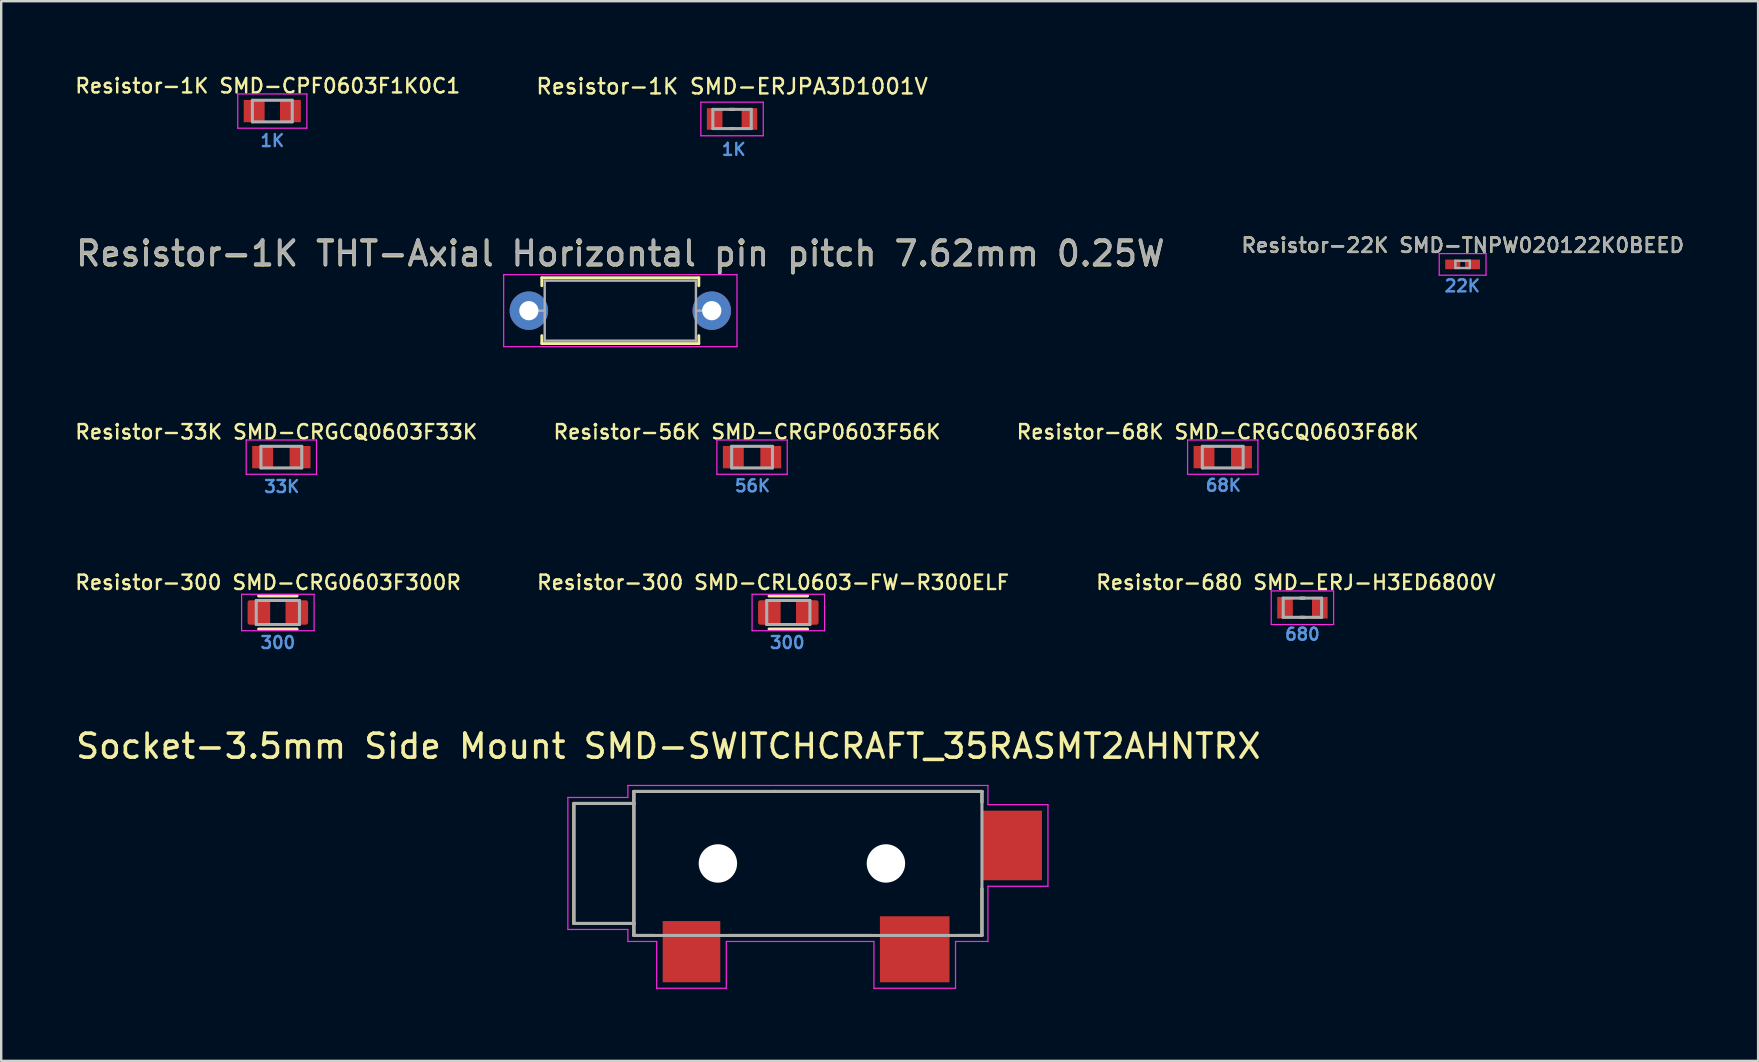
<source format=kicad_pcb>
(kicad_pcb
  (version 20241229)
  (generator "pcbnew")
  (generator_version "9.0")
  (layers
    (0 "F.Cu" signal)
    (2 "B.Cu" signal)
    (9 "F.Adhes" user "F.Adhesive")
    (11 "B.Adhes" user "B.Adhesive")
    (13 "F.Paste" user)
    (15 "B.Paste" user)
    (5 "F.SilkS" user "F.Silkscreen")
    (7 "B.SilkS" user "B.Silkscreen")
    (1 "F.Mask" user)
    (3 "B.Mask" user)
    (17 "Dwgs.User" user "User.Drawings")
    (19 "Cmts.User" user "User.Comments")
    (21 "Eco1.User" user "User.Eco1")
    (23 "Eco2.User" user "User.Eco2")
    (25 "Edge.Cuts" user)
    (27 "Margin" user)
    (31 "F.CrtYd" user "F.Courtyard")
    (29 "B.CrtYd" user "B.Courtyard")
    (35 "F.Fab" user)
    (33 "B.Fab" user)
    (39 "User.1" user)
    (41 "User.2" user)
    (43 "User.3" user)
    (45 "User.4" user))
  (footprint "Resistor-300 SMD-CRG0603F300R"
    (layer "F.Cu")
    (at 8.525 22.466)
    (property "Reference" "Resistor-300 SMD-CRG0603F300R" (at -0.407 -1.251 0) (layer "F.SilkS") (effects (font (size 0.6 0.6) (thickness 0.1))))
    (attr smd)
    (fp_line (start -0.8 -0.69) (end 0.8 -0.69) (stroke (width 0.127) (type solid)) (layer "F.SilkS"))
    (fp_line (start -0.8 0.69) (end 0.8 0.69) (stroke (width 0.127) (type solid)) (layer "F.SilkS"))
    (fp_line (start -1.51 -0.76) (end 1.51 -0.76) (stroke (width 0.05) (type solid)) (layer "F.CrtYd"))
    (fp_line (start -1.51 0.76) (end -1.51 -0.76) (stroke (width 0.05) (type solid)) (layer "F.CrtYd"))
    (fp_line (start 1.51 -0.76) (end 1.51 0.76) (stroke (width 0.05) (type solid)) (layer "F.CrtYd"))
    (fp_line (start 1.51 0.76) (end -1.51 0.76) (stroke (width 0.05) (type solid)) (layer "F.CrtYd"))
    (fp_line (start -0.9 -0.5) (end -0.9 0.5) (stroke (width 0.127) (type solid)) (layer "F.Fab"))
    (fp_line (start -0.9 -0.5) (end 0.9 -0.5) (stroke (width 0.127) (type solid)) (layer "F.Fab"))
    (fp_line (start -0.9 0.5) (end 0.9 0.5) (stroke (width 0.127) (type solid)) (layer "F.Fab"))
    (fp_line (start 0.9 -0.5) (end 0.9 0.5) (stroke (width 0.127) (type solid)) (layer "F.Fab"))
    (fp_text user "300" (at 0 1.254 0) (unlocked yes) (layer "Cmts.User") (effects (font (size 0.5 0.5) (thickness 0.1))))
    (pad "1" smd roundrect (at -0.79 0) (size 0.94 1.02) (layers "F.Cu" "F.Mask" "F.Paste") (roundrect_rratio 0.1))
    (pad "2" smd roundrect (at 0.79 0) (size 0.94 1.02) (layers "F.Cu" "F.Mask" "F.Paste") (roundrect_rratio 0.1)))
  (footprint "Resistor-56K SMD-CRGP0603F56K"
    (layer "F.Cu")
    (at 28.28 15.994)
    (property "Reference" "Resistor-56K SMD-CRGP0603F56K" (at -0.21 -1.05 0) (layer "F.SilkS") (effects (font (size 0.6 0.6) (thickness 0.1))))
    (attr smd)
    (fp_line (start -1.465 -0.715) (end 1.465 -0.715) (stroke (width 0.05) (type solid)) (layer "F.CrtYd"))
    (fp_line (start -1.465 0.715) (end -1.465 -0.715) (stroke (width 0.05) (type solid)) (layer "F.CrtYd"))
    (fp_line (start -1.465 0.715) (end 1.465 0.715) (stroke (width 0.05) (type solid)) (layer "F.CrtYd"))
    (fp_line (start 1.465 0.715) (end 1.465 -0.715) (stroke (width 0.05) (type solid)) (layer "F.CrtYd"))
    (fp_line (start -0.85 0.45) (end -0.85 -0.45) (stroke (width 0.127) (type solid)) (layer "F.Fab"))
    (fp_line (start 0.85 -0.45) (end -0.85 -0.45) (stroke (width 0.127) (type solid)) (layer "F.Fab"))
    (fp_line (start 0.85 0.45) (end -0.85 0.45) (stroke (width 0.127) (type solid)) (layer "F.Fab"))
    (fp_line (start 0.85 0.45) (end 0.85 -0.45) (stroke (width 0.127) (type solid)) (layer "F.Fab"))
    (fp_text user "56K" (at 0.019 1.195 0) (unlocked yes) (layer "Cmts.User") (effects (font (size 0.5 0.5) (thickness 0.1))))
    (pad "1" smd rect (at -0.78 0) (size 0.87 0.93) (layers "F.Cu" "F.Mask" "F.Paste"))
    (pad "2" smd rect (at 0.78 0) (size 0.87 0.93) (layers "F.Cu" "F.Mask" "F.Paste")))
  (footprint "Resistor-68K SMD-CRGCQ0603F68K"
    (layer "F.Cu")
    (at 47.889 15.994)
    (property "Reference" "Resistor-68K SMD-CRGCQ0603F68K" (at -0.21 -1.05 0) (layer "F.SilkS") (effects (font (size 0.6 0.6) (thickness 0.1))))
    (attr smd)
    (fp_line (start -1.465 -0.715) (end 1.465 -0.715) (stroke (width 0.05) (type solid)) (layer "F.CrtYd"))
    (fp_line (start -1.465 0.715) (end -1.465 -0.715) (stroke (width 0.05) (type solid)) (layer "F.CrtYd"))
    (fp_line (start -1.465 0.715) (end 1.465 0.715) (stroke (width 0.05) (type solid)) (layer "F.CrtYd"))
    (fp_line (start 1.465 0.715) (end 1.465 -0.715) (stroke (width 0.05) (type solid)) (layer "F.CrtYd"))
    (fp_line (start -0.85 0.45) (end -0.85 -0.45) (stroke (width 0.127) (type solid)) (layer "F.Fab"))
    (fp_line (start 0.85 -0.45) (end -0.85 -0.45) (stroke (width 0.127) (type solid)) (layer "F.Fab"))
    (fp_line (start 0.85 0.45) (end -0.85 0.45) (stroke (width 0.127) (type solid)) (layer "F.Fab"))
    (fp_line (start 0.85 0.45) (end 0.85 -0.45) (stroke (width 0.127) (type solid)) (layer "F.Fab"))
    (fp_text user "68K" (at 0.026 1.175 0) (unlocked yes) (layer "Cmts.User") (effects (font (size 0.5 0.5) (thickness 0.1))))
    (pad "1" smd rect (at -0.78 0) (size 0.87 0.93) (layers "F.Cu" "F.Mask" "F.Paste"))
    (pad "2" smd rect (at 0.78 0) (size 0.87 0.93) (layers "F.Cu" "F.Mask" "F.Paste")))
  (footprint "Resistor-680 SMD-ERJ-H3ED6800V"
    (layer "F.Cu")
    (at 51.208 22.267)
    (property "Reference" "Resistor-680 SMD-ERJ-H3ED6800V" (at -0.273 -1.052 0) (layer "F.SilkS") (effects (font (size 0.6 0.6) (thickness 0.1))))
    (attr smd)
    (fp_line (start -0.08 -0.4) (end 0.08 -0.4) (stroke (width 0.127) (type solid)) (layer "F.SilkS"))
    (fp_line (start -0.08 0.4) (end 0.08 0.4) (stroke (width 0.127) (type solid)) (layer "F.SilkS"))
    (fp_line (start -1.3 -0.7) (end -1.3 0.7) (stroke (width 0.05) (type solid)) (layer "F.CrtYd"))
    (fp_line (start -1.3 0.7) (end 1.3 0.7) (stroke (width 0.05) (type solid)) (layer "F.CrtYd"))
    (fp_line (start 1.3 -0.7) (end -1.3 -0.7) (stroke (width 0.05) (type solid)) (layer "F.CrtYd"))
    (fp_line (start 1.3 0.7) (end 1.3 -0.7) (stroke (width 0.05) (type solid)) (layer "F.CrtYd"))
    (fp_line (start -0.8 -0.4) (end -0.8 0.4) (stroke (width 0.127) (type solid)) (layer "F.Fab"))
    (fp_line (start -0.8 -0.4) (end 0.8 -0.4) (stroke (width 0.127) (type solid)) (layer "F.Fab"))
    (fp_line (start -0.8 0.4) (end 0.8 0.4) (stroke (width 0.127) (type solid)) (layer "F.Fab"))
    (fp_line (start 0.8 -0.4) (end 0.8 0.4) (stroke (width 0.127) (type solid)) (layer "F.Fab"))
    (fp_text user "680" (at 0 1.105 0) (unlocked yes) (layer "Cmts.User") (effects (font (size 0.5 0.5) (thickness 0.1))))
    (pad "1" smd rect (at -0.725 0) (size 0.65 0.9) (layers "F.Cu" "F.Mask" "F.Paste"))
    (pad "2" smd rect (at 0.725 0) (size 0.65 0.9) (layers "F.Cu" "F.Mask" "F.Paste")))
  (footprint "Resistor-300 SMD-CRL0603-FW-R300ELF "
    (layer "F.Cu")
    (at 29.791 22.466)
    (property "Reference" "Resistor-300 SMD-CRL0603-FW-R300ELF " (at -0.407 -1.251 0) (layer "F.SilkS") (effects (font (size 0.6 0.6) (thickness 0.1))))
    (attr smd)
    (fp_line (start -0.8 -0.69) (end 0.8 -0.69) (stroke (width 0.127) (type solid)) (layer "F.SilkS"))
    (fp_line (start -0.8 0.69) (end 0.8 0.69) (stroke (width 0.127) (type solid)) (layer "F.SilkS"))
    (fp_line (start -1.51 -0.76) (end 1.51 -0.76) (stroke (width 0.05) (type solid)) (layer "F.CrtYd"))
    (fp_line (start -1.51 0.76) (end -1.51 -0.76) (stroke (width 0.05) (type solid)) (layer "F.CrtYd"))
    (fp_line (start 1.51 -0.76) (end 1.51 0.76) (stroke (width 0.05) (type solid)) (layer "F.CrtYd"))
    (fp_line (start 1.51 0.76) (end -1.51 0.76) (stroke (width 0.05) (type solid)) (layer "F.CrtYd"))
    (fp_line (start -0.9 -0.5) (end -0.9 0.5) (stroke (width 0.127) (type solid)) (layer "F.Fab"))
    (fp_line (start -0.9 -0.5) (end 0.9 -0.5) (stroke (width 0.127) (type solid)) (layer "F.Fab"))
    (fp_line (start -0.9 0.5) (end 0.9 0.5) (stroke (width 0.127) (type solid)) (layer "F.Fab"))
    (fp_line (start 0.9 -0.5) (end 0.9 0.5) (stroke (width 0.127) (type solid)) (layer "F.Fab"))
    (fp_text user "300" (at -0.044 1.254 0) (unlocked yes) (layer "Cmts.User") (effects (font (size 0.5 0.5) (thickness 0.1))))
    (pad "1" smd roundrect (at -0.79 0) (size 0.94 1.02) (layers "F.Cu" "F.Mask" "F.Paste") (roundrect_rratio 0.1))
    (pad "2" smd roundrect (at 0.79 0) (size 0.94 1.02) (layers "F.Cu" "F.Mask" "F.Paste") (roundrect_rratio 0.1)))
  (footprint "Resistor-1K SMD-CPF0603F1K0C1"
    (layer "F.Cu")
    (at 8.294 1.577)
    (property "Reference" "Resistor-1K SMD-CPF0603F1K0C1" (at -0.19 -1.05 0) (layer "F.SilkS") (effects (font (size 0.6 0.6) (thickness 0.1))))
    (attr smd)
    (fp_line (start -1.44 -0.715) (end 1.44 -0.715) (stroke (width 0.05) (type solid)) (layer "F.CrtYd"))
    (fp_line (start -1.44 0.715) (end -1.44 -0.715) (stroke (width 0.05) (type solid)) (layer "F.CrtYd"))
    (fp_line (start -1.44 0.715) (end 1.44 0.715) (stroke (width 0.05) (type solid)) (layer "F.CrtYd"))
    (fp_line (start 1.44 0.715) (end 1.44 -0.715) (stroke (width 0.05) (type solid)) (layer "F.CrtYd"))
    (fp_line (start -0.83 0.45) (end -0.83 -0.45) (stroke (width 0.127) (type solid)) (layer "F.Fab"))
    (fp_line (start 0.83 -0.45) (end -0.83 -0.45) (stroke (width 0.127) (type solid)) (layer "F.Fab"))
    (fp_line (start 0.83 0.45) (end -0.83 0.45) (stroke (width 0.127) (type solid)) (layer "F.Fab"))
    (fp_line (start 0.83 0.45) (end 0.83 -0.45) (stroke (width 0.127) (type solid)) (layer "F.Fab"))
    (fp_text user "1K" (at 0 1.231 0) (unlocked yes) (layer "Cmts.User") (effects (font (size 0.5 0.5) (thickness 0.1))))
    (pad "1" smd rect (at -0.755 0) (size 0.87 0.93) (layers "F.Cu" "F.Mask" "F.Paste"))
    (pad "2" smd rect (at 0.755 0) (size 0.87 0.93) (layers "F.Cu" "F.Mask" "F.Paste")))
  (footprint "Socket-3.5mm Side Mount SMD-SWITCHCRAFT_35RASMT2AHNTRX"
    (layer "F.Cu")
    (at 23.357 32.921)
    (property "Reference" "Socket-3.5mm Side Mount SMD-SWITCHCRAFT_35RASMT2AHNTRX" (at 1.435 -4.885 0) (layer "F.SilkS") (effects (font (size 1 1) (thickness 0.15))))
    (attr smd)
    (fp_circle (center 3.5 0) (end 4.027 0) (stroke (width 1.054) (type solid)) (fill no) (layer "F.Mask"))
    (fp_circle (center 10.5 0) (end 11.027 0) (stroke (width 1.054) (type solid)) (fill no) (layer "F.Mask"))
    (fp_circle (center 3.5 0) (end 4.027 0) (stroke (width 1.054) (type solid)) (fill no) (layer "B.Mask"))
    (fp_circle (center 10.5 0) (end 11.027 0) (stroke (width 1.054) (type solid)) (fill no) (layer "B.Mask"))
    (fp_line (start -2.5 -2.5) (end -2.5 2.5) (stroke (width 0.127) (type solid)) (layer "F.SilkS"))
    (fp_line (start -2.5 2.5) (end 0 2.5) (stroke (width 0.127) (type solid)) (layer "F.SilkS"))
    (fp_line (start 0 -3) (end 5.95 -3) (stroke (width 0.127) (type solid)) (layer "F.SilkS"))
    (fp_line (start 0 -2.5) (end -2.5 -2.5) (stroke (width 0.127) (type solid)) (layer "F.SilkS"))
    (fp_line (start 0 -2.5) (end 0 -3) (stroke (width 0.127) (type solid)) (layer "F.SilkS"))
    (fp_line (start 0 2.5) (end 0 -2.5) (stroke (width 0.127) (type solid)) (layer "F.SilkS"))
    (fp_line (start 0 3) (end 0 2.5) (stroke (width 0.127) (type solid)) (layer "F.SilkS"))
    (fp_line (start 0.85 3) (end 0 3) (stroke (width 0.127) (type solid)) (layer "F.SilkS"))
    (fp_line (start 5.85 -3) (end 14.5 -3) (stroke (width 0.127) (type solid)) (layer "F.SilkS"))
    (fp_line (start 9.9 3) (end 3.95 3) (stroke (width 0.127) (type solid)) (layer "F.SilkS"))
    (fp_line (start 14.5 -3) (end 14.5 -2.55) (stroke (width 0.127) (type solid)) (layer "F.SilkS"))
    (fp_line (start 14.5 1.05) (end 14.5 3) (stroke (width 0.127) (type solid)) (layer "F.SilkS"))
    (fp_line (start 14.5 3) (end 13.5 3) (stroke (width 0.127) (type solid)) (layer "F.SilkS"))
    (fp_line (start -2.75 -2.75) (end -0.25 -2.75) (stroke (width 0.05) (type solid)) (layer "F.CrtYd"))
    (fp_line (start -2.75 2.75) (end -2.75 -2.75) (stroke (width 0.05) (type solid)) (layer "F.CrtYd"))
    (fp_line (start -0.25 -3.25) (end 14.75 -3.25) (stroke (width 0.05) (type solid)) (layer "F.CrtYd"))
    (fp_line (start -0.25 -2.75) (end -0.25 -3.25) (stroke (width 0.05) (type solid)) (layer "F.CrtYd"))
    (fp_line (start -0.25 2.75) (end -2.75 2.75) (stroke (width 0.05) (type solid)) (layer "F.CrtYd"))
    (fp_line (start -0.25 3.25) (end -0.25 2.75) (stroke (width 0.05) (type solid)) (layer "F.CrtYd"))
    (fp_line (start 0.95 3.25) (end -0.25 3.25) (stroke (width 0.05) (type solid)) (layer "F.CrtYd"))
    (fp_line (start 0.95 5.2) (end 0.95 3.25) (stroke (width 0.05) (type solid)) (layer "F.CrtYd"))
    (fp_line (start 3.85 3.25) (end 3.85 5.2) (stroke (width 0.05) (type solid)) (layer "F.CrtYd"))
    (fp_line (start 3.85 5.2) (end 0.95 5.2) (stroke (width 0.05) (type solid)) (layer "F.CrtYd"))
    (fp_line (start 10 3.25) (end 3.85 3.25) (stroke (width 0.05) (type solid)) (layer "F.CrtYd"))
    (fp_line (start 10 5.2) (end 10 3.25) (stroke (width 0.05) (type solid)) (layer "F.CrtYd"))
    (fp_line (start 13.4 3.25) (end 13.4 5.2) (stroke (width 0.05) (type solid)) (layer "F.CrtYd"))
    (fp_line (start 13.4 5.2) (end 10 5.2) (stroke (width 0.05) (type solid)) (layer "F.CrtYd"))
    (fp_line (start 14.75 -3.25) (end 14.75 -2.45) (stroke (width 0.05) (type solid)) (layer "F.CrtYd"))
    (fp_line (start 14.75 -2.45) (end 17.25 -2.45) (stroke (width 0.05) (type solid)) (layer "F.CrtYd"))
    (fp_line (start 14.75 0.95) (end 14.75 3.25) (stroke (width 0.05) (type solid)) (layer "F.CrtYd"))
    (fp_line (start 14.75 3.25) (end 13.4 3.25) (stroke (width 0.05) (type solid)) (layer "F.CrtYd"))
    (fp_line (start 17.25 -2.45) (end 17.25 0.95) (stroke (width 0.05) (type solid)) (layer "F.CrtYd"))
    (fp_line (start 17.25 0.95) (end 14.75 0.95) (stroke (width 0.05) (type solid)) (layer "F.CrtYd"))
    (fp_line (start -2.5 -2.5) (end -2.5 2.5) (stroke (width 0.127) (type solid)) (layer "F.Fab"))
    (fp_line (start -2.5 2.5) (end 0 2.5) (stroke (width 0.127) (type solid)) (layer "F.Fab"))
    (fp_line (start 0 -3) (end 14.5 -3) (stroke (width 0.127) (type solid)) (layer "F.Fab"))
    (fp_line (start 0 -2.5) (end -2.5 -2.5) (stroke (width 0.127) (type solid)) (layer "F.Fab"))
    (fp_line (start 0 -2.5) (end 0 -3) (stroke (width 0.127) (type solid)) (layer "F.Fab"))
    (fp_line (start 0 2.5) (end 0 -2.5) (stroke (width 0.127) (type solid)) (layer "F.Fab"))
    (fp_line (start 0 3) (end 0 2.5) (stroke (width 0.127) (type solid)) (layer "F.Fab"))
    (fp_line (start 14.5 -3) (end 14.5 3) (stroke (width 0.127) (type solid)) (layer "F.Fab"))
    (fp_line (start 14.5 3) (end 0 3) (stroke (width 0.127) (type solid)) (layer "F.Fab"))
    (pad "" np_thru_hole circle (at 3.5 0) (size 1.6 1.6) (drill 1.6) (layers "*.Cu" "*.Mask"))
    (pad "" np_thru_hole circle (at 10.5 0) (size 1.6 1.6) (drill 1.6) (layers "*.Cu" "*.Mask"))
    (pad "3" smd rect (at 15.75 -0.75) (size 2.5 2.9) (layers "F.Cu" "F.Mask" "F.Paste"))
    (pad "4" smd rect (at 11.7 3.575) (size 2.9 2.75) (layers "F.Cu" "F.Mask" "F.Paste"))
    (pad "5" smd rect (at 2.4 3.675) (size 2.4 2.55) (layers "F.Cu" "F.Mask" "F.Paste")))
  (footprint "Resistor-33K SMD-CRGCQ0603F33K"
    (layer "F.Cu")
    (at 8.671 15.994)
    (property "Reference" "Resistor-33K SMD-CRGCQ0603F33K" (at -0.21 -1.05 0) (layer "F.SilkS") (effects (font (size 0.6 0.6) (thickness 0.1))))
    (attr smd)
    (fp_line (start -1.465 -0.715) (end 1.465 -0.715) (stroke (width 0.05) (type solid)) (layer "F.CrtYd"))
    (fp_line (start -1.465 0.715) (end -1.465 -0.715) (stroke (width 0.05) (type solid)) (layer "F.CrtYd"))
    (fp_line (start -1.465 0.715) (end 1.465 0.715) (stroke (width 0.05) (type solid)) (layer "F.CrtYd"))
    (fp_line (start 1.465 0.715) (end 1.465 -0.715) (stroke (width 0.05) (type solid)) (layer "F.CrtYd"))
    (fp_line (start -0.85 0.45) (end -0.85 -0.45) (stroke (width 0.127) (type solid)) (layer "F.Fab"))
    (fp_line (start 0.85 -0.45) (end -0.85 -0.45) (stroke (width 0.127) (type solid)) (layer "F.Fab"))
    (fp_line (start 0.85 0.45) (end -0.85 0.45) (stroke (width 0.127) (type solid)) (layer "F.Fab"))
    (fp_line (start 0.85 0.45) (end 0.85 -0.45) (stroke (width 0.127) (type solid)) (layer "F.Fab"))
    (fp_text user "33K" (at 0.017 1.226 0) (unlocked yes) (layer "Cmts.User") (effects (font (size 0.5 0.5) (thickness 0.1))))
    (pad "1" smd rect (at -0.78 0) (size 0.87 0.93) (layers "F.Cu" "F.Mask" "F.Paste"))
    (pad "2" smd rect (at 0.78 0) (size 0.87 0.93) (layers "F.Cu" "F.Mask" "F.Paste")))
  (footprint "Resistor-1K SMD-ERJPA3D1001V"
    (layer "F.Cu")
    (at 27.447 1.906)
    (property "Reference" "Resistor-1K SMD-ERJPA3D1001V" (at 0 -1.356 0) (layer "F.SilkS") (effects (font (size 0.64 0.64) (thickness 0.1))))
    (attr smd)
    (fp_line (start -0.08 -0.4) (end 0.08 -0.4) (stroke (width 0.127) (type solid)) (layer "F.SilkS"))
    (fp_line (start -0.08 0.4) (end 0.08 0.4) (stroke (width 0.127) (type solid)) (layer "F.SilkS"))
    (fp_line (start -1.3 -0.7) (end -1.3 0.7) (stroke (width 0.05) (type solid)) (layer "F.CrtYd"))
    (fp_line (start -1.3 0.7) (end 1.3 0.7) (stroke (width 0.05) (type solid)) (layer "F.CrtYd"))
    (fp_line (start 1.3 -0.7) (end -1.3 -0.7) (stroke (width 0.05) (type solid)) (layer "F.CrtYd"))
    (fp_line (start 1.3 0.7) (end 1.3 -0.7) (stroke (width 0.05) (type solid)) (layer "F.CrtYd"))
    (fp_line (start -0.8 -0.4) (end -0.8 0.4) (stroke (width 0.127) (type solid)) (layer "F.Fab"))
    (fp_line (start -0.8 -0.4) (end 0.8 -0.4) (stroke (width 0.127) (type solid)) (layer "F.Fab"))
    (fp_line (start -0.8 0.4) (end 0.8 0.4) (stroke (width 0.127) (type solid)) (layer "F.Fab"))
    (fp_line (start 0.8 -0.4) (end 0.8 0.4) (stroke (width 0.127) (type solid)) (layer "F.Fab"))
    (fp_text user "1K" (at 0.069 1.269 0) (unlocked yes) (layer "Cmts.User") (effects (font (size 0.5 0.5) (thickness 0.1))))
    (pad "1" smd rect (at -0.725 0) (size 0.65 0.9) (layers "F.Cu" "F.Mask" "F.Paste"))
    (pad "2" smd rect (at 0.725 0) (size 0.65 0.9) (layers "F.Cu" "F.Mask" "F.Paste")))
  (footprint "Resistor-1K THT-Axial Horizontal pin pitch 7.62mm 0.25W"
    (layer "F.Cu")
    (at 18.982 9.893)
    (property "Reference" "Resistor-1K THT-Axial Horizontal pin pitch 7.62mm 0.25W" (at 3.81 -2.37 0) (layer "F.SilkS") (effects (font (size 1 1) (thickness 0.15))))
    (attr through_hole)
    (fp_line (start 0.54 -1.37) (end 7.08 -1.37) (stroke (width 0.12) (type solid)) (layer "F.SilkS"))
    (fp_line (start 0.54 -1.04) (end 0.54 -1.37) (stroke (width 0.12) (type solid)) (layer "F.SilkS"))
    (fp_line (start 0.54 1.04) (end 0.54 1.37) (stroke (width 0.12) (type solid)) (layer "F.SilkS"))
    (fp_line (start 0.54 1.37) (end 7.08 1.37) (stroke (width 0.12) (type solid)) (layer "F.SilkS"))
    (fp_line (start 7.08 -1.37) (end 7.08 -1.04) (stroke (width 0.12) (type solid)) (layer "F.SilkS"))
    (fp_line (start 7.08 1.37) (end 7.08 1.04) (stroke (width 0.12) (type solid)) (layer "F.SilkS"))
    (fp_line (start -1.05 -1.5) (end -1.05 1.5) (stroke (width 0.05) (type solid)) (layer "F.CrtYd"))
    (fp_line (start -1.05 1.5) (end 8.67 1.5) (stroke (width 0.05) (type solid)) (layer "F.CrtYd"))
    (fp_line (start 8.67 -1.5) (end -1.05 -1.5) (stroke (width 0.05) (type solid)) (layer "F.CrtYd"))
    (fp_line (start 8.67 1.5) (end 8.67 -1.5) (stroke (width 0.05) (type solid)) (layer "F.CrtYd"))
    (fp_line (start 0 0) (end 0.66 0) (stroke (width 0.1) (type solid)) (layer "F.Fab"))
    (fp_line (start 0.66 -1.25) (end 0.66 1.25) (stroke (width 0.1) (type solid)) (layer "F.Fab"))
    (fp_line (start 0.66 1.25) (end 6.96 1.25) (stroke (width 0.1) (type solid)) (layer "F.Fab"))
    (fp_line (start 6.96 -1.25) (end 0.66 -1.25) (stroke (width 0.1) (type solid)) (layer "F.Fab"))
    (fp_line (start 6.96 1.25) (end 6.96 -1.25) (stroke (width 0.1) (type solid)) (layer "F.Fab"))
    (fp_line (start 7.62 0) (end 6.96 0) (stroke (width 0.1) (type solid)) (layer "F.Fab"))
    (fp_text user "${REFERENCE}" (at 3.81 -2.401 0) (layer "F.Fab") (effects (font (size 1 1) (thickness 0.15))))
    (pad "1" thru_hole circle (at 0 0) (size 1.6 1.6) (drill 0.8) (layers "*.Cu" "*.Mask"))
    (pad "2" thru_hole oval (at 7.62 0) (size 1.6 1.6) (drill 0.8) (layers "*.Cu" "*.Mask")))
  (footprint "Resistor-22K SMD-TNPW020122K0BEED"
    (layer "F.Cu")
    (at 57.882 7.964)
    (property "Reference" "Resistor-22K SMD-TNPW020122K0BEED" (at 0.006 -0.794 0) (layer "F.SilkS") (effects (font (size 0.6 0.6) (thickness 0.1))))
    (attr smd)
    (fp_line (start -0.975 -0.45) (end 0.975 -0.45) (stroke (width 0.05) (type solid)) (layer "F.CrtYd"))
    (fp_line (start -0.975 0.45) (end -0.975 -0.45) (stroke (width 0.05) (type solid)) (layer "F.CrtYd"))
    (fp_line (start 0.975 -0.45) (end 0.975 0.45) (stroke (width 0.05) (type solid)) (layer "F.CrtYd"))
    (fp_line (start 0.975 0.45) (end -0.975 0.45) (stroke (width 0.05) (type solid)) (layer "F.CrtYd"))
    (fp_line (start -0.3 -0.15) (end 0.3 -0.15) (stroke (width 0.1) (type solid)) (layer "F.Fab"))
    (fp_line (start -0.3 0.15) (end -0.3 -0.15) (stroke (width 0.1) (type solid)) (layer "F.Fab"))
    (fp_line (start 0.3 -0.15) (end 0.3 0.15) (stroke (width 0.1) (type solid)) (layer "F.Fab"))
    (fp_line (start 0.3 0.15) (end -0.3 0.15) (stroke (width 0.1) (type solid)) (layer "F.Fab"))
    (fp_text user "22K" (at -0.011 0.897 0) (unlocked yes) (layer "Cmts.User") (effects (font (size 0.5 0.5) (thickness 0.1))))
    (fp_text user "${REFERENCE}" (at 0.006 -0.794 0) (layer "F.Fab") (effects (font (size 0.6 0.6) (thickness 0.1))))
    (pad "1" smd rect (at -0.412 0 90) (size 0.4 0.625) (layers "F.Cu" "F.Mask" "F.Paste"))
    (pad "2" smd rect (at 0.412 0 90) (size 0.4 0.625) (layers "F.Cu" "F.Mask" "F.Paste")))
  (gr_rect
    (start -3 -3)
    (end 70.192 41.146)
    (stroke (width 0.1) (type default))
    (fill no)
    (layer "Edge.Cuts")))
</source>
